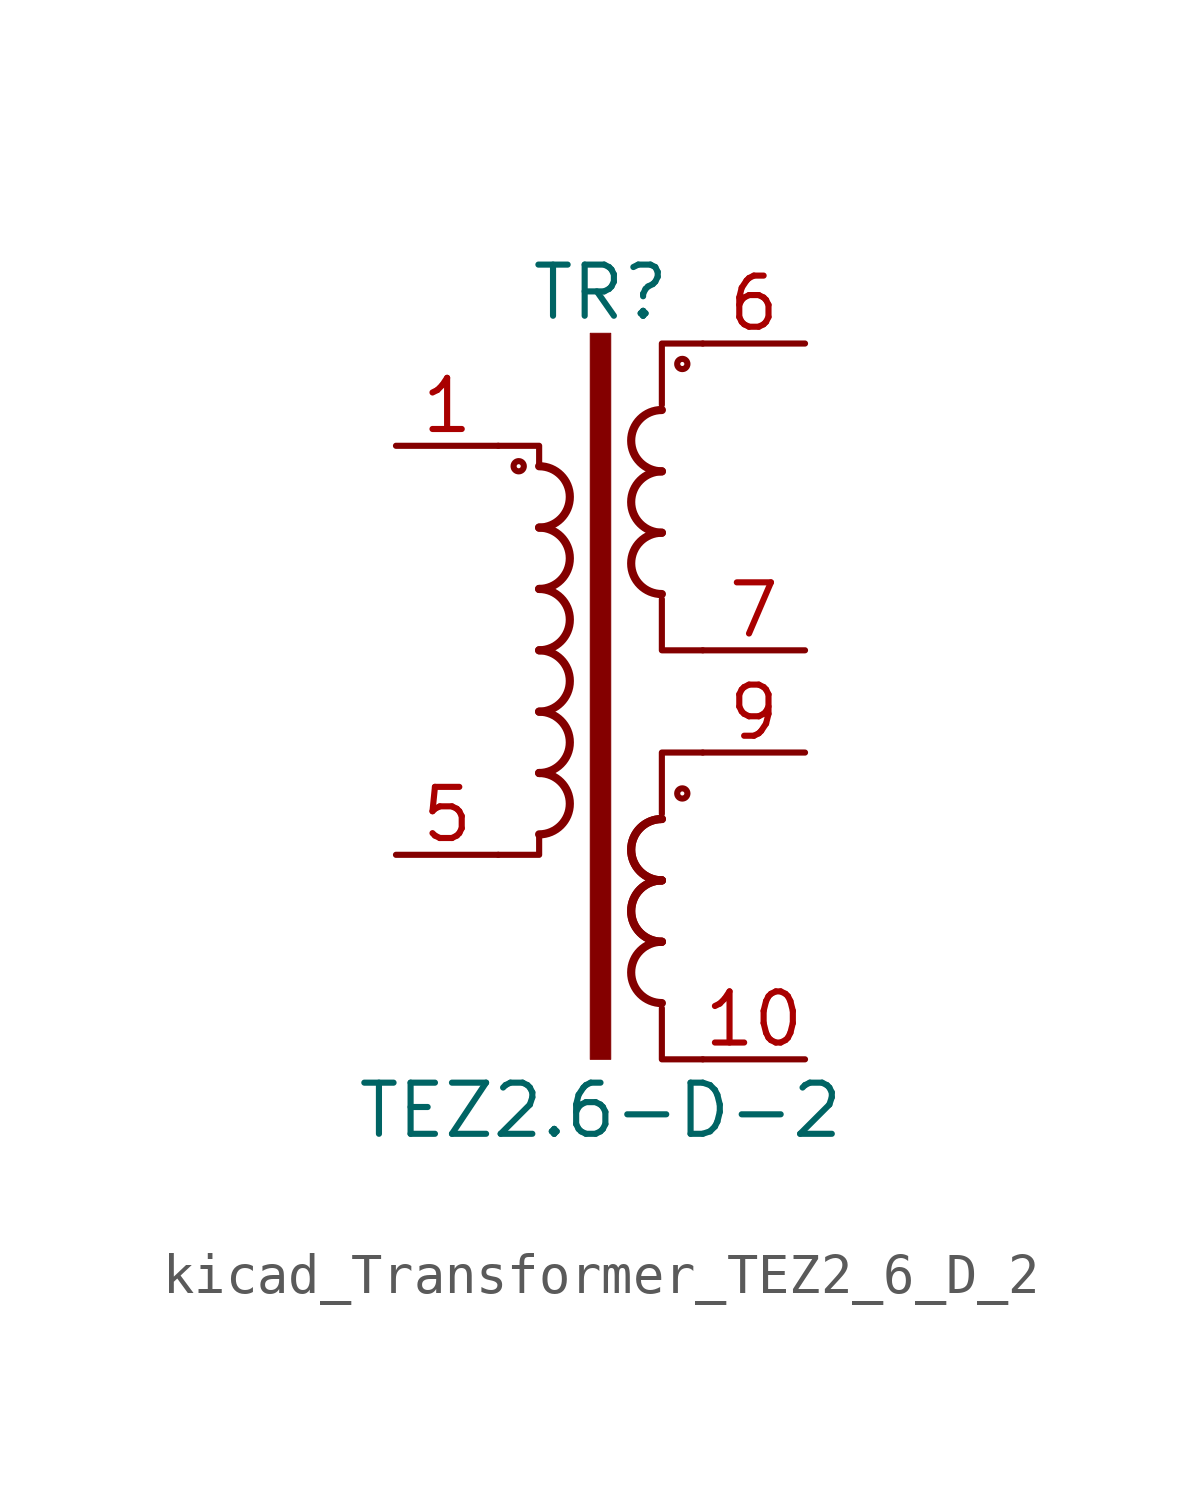
<source format=kicad_sym>
(kicad_symbol_lib
  (version 20220914)
  (generator kicad_symbol_editor)
  (symbol "kicad_Transformer_TEZ2_6_D_2"
    (pin_names
      (offset 0.025))
    (property "Reference" "TR"
      (at 0 8.89 0)
      (effects (font (size 1.27 1.27))))
    (property "Value" "TEZ2.6-D-2"
      (at 0 -11.43 0)
      (effects (font (size 1.27 1.27))))
    (symbol "kicad_Transformer_TEZ2_6_D_2_0_1"
      (circle (center -2.032 4.572) (radius 0.127) (stroke (width 0) (type default)) (fill (type none)))
      (arc (start -1.524 -4.572) (mid -0.7653 -3.81) (end -1.524 -3.048) (stroke (width 0.2032) (type default)) (fill (type none)))
      (arc (start -1.524 -3.048) (mid -0.7653 -2.286) (end -1.524 -1.524) (stroke (width 0.2032) (type default)) (fill (type none)))
      (arc (start -1.524 -1.524) (mid -0.7653 -0.762) (end -1.524 0) (stroke (width 0.2032) (type default)) (fill (type none)))
      (arc (start -1.524 0) (mid -0.7653 0.762) (end -1.524 1.524) (stroke (width 0.2032) (type default)) (fill (type none)))
      (arc (start -1.524 1.524) (mid -0.7653 2.286) (end -1.524 3.048) (stroke (width 0.2032) (type default)) (fill (type none)))
      (arc (start -1.524 3.048) (mid -0.7653 3.81) (end -1.524 4.572) (stroke (width 0.2032) (type default)) (fill (type none)))
      (rectangle (start -0.254 7.874) (end 0.254 -10.16) (stroke (width 0.025) (type default)) (fill (type outline)))
      (polyline (pts (xy -1.524 -4.572) (xy -1.524 -5.08) (xy -2.54 -5.08)) (stroke (width 0) (type default)) (fill (type none)))
      (polyline (pts (xy -1.524 4.572) (xy -1.524 5.08) (xy -2.54 5.08)) (stroke (width 0) (type default)) (fill (type none)))
      (polyline (pts (xy 1.524 -8.89) (xy 1.524 -10.16) (xy 2.54 -10.16)) (stroke (width 0) (type default)) (fill (type none)))
      (polyline (pts (xy 2.54 -2.54) (xy 1.524 -2.54) (xy 1.524 -4.064)) (stroke (width 0) (type default)) (fill (type none)))
      (polyline (pts (xy 2.54 0) (xy 1.524 0) (xy 1.524 1.27)) (stroke (width 0) (type default)) (fill (type none)))
      (polyline (pts (xy 2.54 7.62) (xy 1.524 7.62) (xy 1.524 6.096)) (stroke (width 0) (type default)) (fill (type none)))
      (arc (start 1.524 -7.239) (mid 0.7653 -8.001) (end 1.524 -8.763) (stroke (width 0.2032) (type default)) (fill (type none)))
      (arc (start 1.524 -5.715) (mid 0.7653 -6.477) (end 1.524 -7.239) (stroke (width 0.2032) (type default)) (fill (type none)))
      (arc (start 1.524 -5.715) (mid 0.7653 -6.477) (end 1.524 -7.239) (stroke (width 0.2032) (type default)) (fill (type none)))
      (arc (start 1.524 -4.191) (mid 0.7653 -4.953) (end 1.524 -5.715) (stroke (width 0.2032) (type default)) (fill (type none)))
      (arc (start 1.524 -4.191) (mid 0.7653 -4.953) (end 1.524 -5.715) (stroke (width 0.2032) (type default)) (fill (type none)))
      (arc (start 1.524 2.921) (mid 0.7653 2.159) (end 1.524 1.397) (stroke (width 0.2032) (type default)) (fill (type none)))
      (arc (start 1.524 4.445) (mid 0.7653 3.683) (end 1.524 2.921) (stroke (width 0.2032) (type default)) (fill (type none)))
      (arc (start 1.524 5.969) (mid 0.7653 5.207) (end 1.524 4.445) (stroke (width 0.2032) (type default)) (fill (type none)))
      (circle (center 2.032 -3.556) (radius 0.127) (stroke (width 0) (type default)) (fill (type none)))
      (circle (center 2.032 7.112) (radius 0.127) (stroke (width 0) (type default)) (fill (type none))))
    (symbol "kicad_Transformer_TEZ2_6_D_2_1_1"
      (pin passive line (at -5.08 5.08 0) (length 2.54) (name "~" (effects (font (size 1.27 1.27)))) (number "1" (effects (font (size 1.27 1.27)))))
      (pin passive line (at 5.08 -10.16 180) (length 2.54) (name "~" (effects (font (size 1.27 1.27)))) (number "10" (effects (font (size 1.27 1.27)))))
      (pin passive line (at -5.08 -5.08 0) (length 2.54) (name "~" (effects (font (size 1.27 1.27)))) (number "5" (effects (font (size 1.27 1.27)))))
      (pin passive line (at 5.08 7.62 180) (length 2.54) (name "~" (effects (font (size 1.27 1.27)))) (number "6" (effects (font (size 1.27 1.27)))))
      (pin passive line (at 5.08 0 180) (length 2.54) (name "~" (effects (font (size 1.27 1.27)))) (number "7" (effects (font (size 1.27 1.27)))))
      (pin passive line (at 5.08 -2.54 180) (length 2.54) (name "~" (effects (font (size 1.27 1.27)))) (number "9" (effects (font (size 1.27 1.27))))))))
</source>
